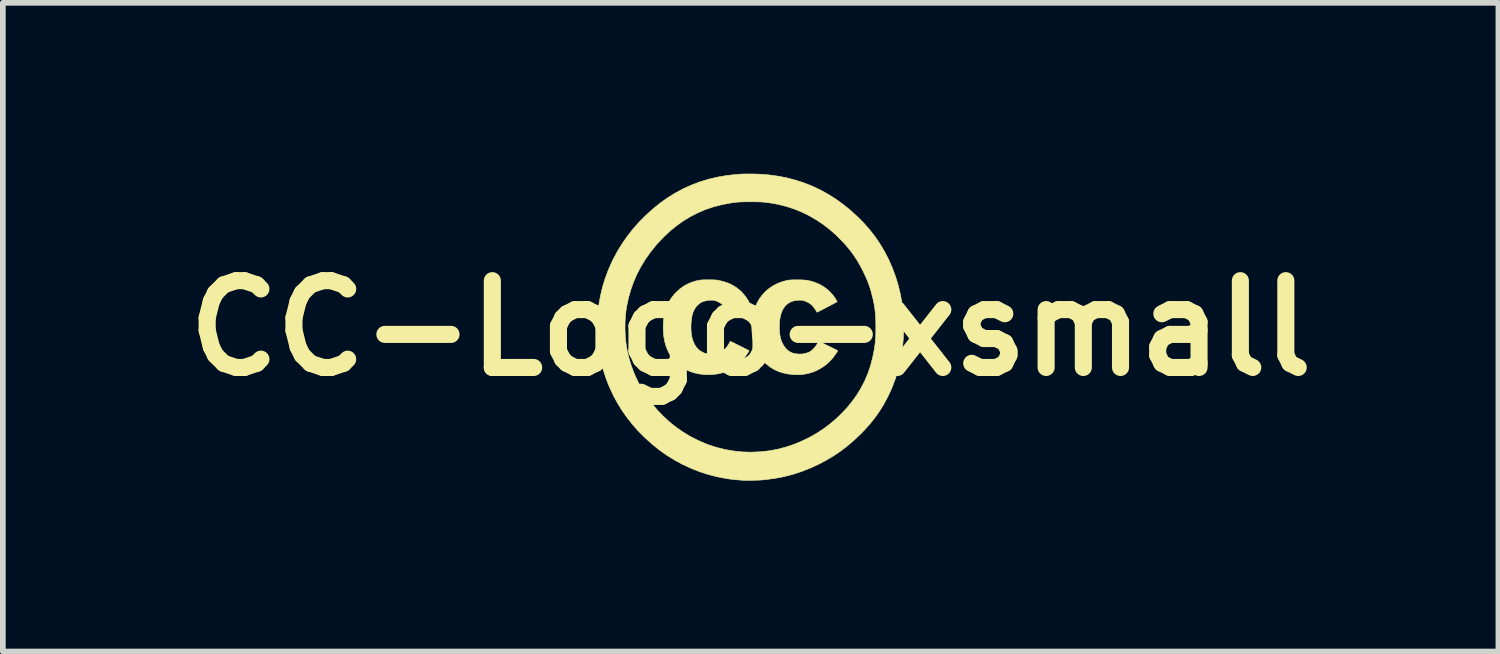
<source format=kicad_pcb>
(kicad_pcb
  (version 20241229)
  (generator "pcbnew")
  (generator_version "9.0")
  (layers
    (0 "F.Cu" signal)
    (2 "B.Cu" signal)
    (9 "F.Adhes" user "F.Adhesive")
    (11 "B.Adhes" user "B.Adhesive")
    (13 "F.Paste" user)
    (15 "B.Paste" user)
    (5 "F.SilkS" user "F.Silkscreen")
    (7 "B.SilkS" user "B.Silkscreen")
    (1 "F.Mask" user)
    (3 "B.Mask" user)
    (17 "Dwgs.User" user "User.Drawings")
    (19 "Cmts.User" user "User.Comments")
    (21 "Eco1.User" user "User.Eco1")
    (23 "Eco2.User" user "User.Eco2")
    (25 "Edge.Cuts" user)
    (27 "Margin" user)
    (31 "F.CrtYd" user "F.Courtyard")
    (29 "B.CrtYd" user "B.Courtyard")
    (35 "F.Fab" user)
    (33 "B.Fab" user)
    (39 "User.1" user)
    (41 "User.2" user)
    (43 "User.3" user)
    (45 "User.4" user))
  (footprint "CC-Logo-xsmall"
    (layer "F.Cu")
    (at 10.131 2.713)
    (property "Reference" "CC-Logo-xsmall" (at 0 0 0) (layer "F.SilkS") (effects (font (size 1.524 1.524) (thickness 0.3))))
    (attr through_hole)
    (fp_poly (pts (xy -0.698 -0.849) (xy -0.664 -0.849) (xy -0.637 -0.848) (xy -0.615 -0.847) (xy -0.595 -0.845) (xy -0.576 -0.842) (xy -0.556 -0.838) (xy -0.551 -0.837) (xy -0.461 -0.814) (xy -0.378 -0.785) (xy -0.303 -0.747) (xy -0.235 -0.702) (xy -0.172 -0.649) (xy -0.161 -0.638) (xy -0.128 -0.602) (xy -0.096 -0.563) (xy -0.068 -0.524) (xy -0.048 -0.494) (xy -0.032 -0.466) (xy -0.076 -0.443) (xy -0.105 -0.427) (xy -0.137 -0.41) (xy -0.172 -0.392) (xy -0.208 -0.373) (xy -0.244 -0.354) (xy -0.279 -0.336) (xy -0.311 -0.32) (xy -0.34 -0.305) (xy -0.363 -0.294) (xy -0.38 -0.285) (xy -0.39 -0.281) (xy -0.391 -0.28) (xy -0.397 -0.285) (xy -0.399 -0.291) (xy -0.407 -0.306) (xy -0.419 -0.327) (xy -0.436 -0.35) (xy -0.454 -0.374) (xy -0.473 -0.395) (xy -0.486 -0.409) (xy -0.518 -0.433) (xy -0.556 -0.456) (xy -0.596 -0.475) (xy -0.634 -0.487) (xy -0.634 -0.487) (xy -0.671 -0.492) (xy -0.713 -0.492) (xy -0.757 -0.487) (xy -0.801 -0.478) (xy -0.841 -0.466) (xy -0.875 -0.45) (xy -0.883 -0.445) (xy -0.925 -0.412) (xy -0.961 -0.373) (xy -0.99 -0.327) (xy -1.013 -0.274) (xy -1.03 -0.214) (xy -1.041 -0.146) (xy -1.047 -0.069) (xy -1.048 -0.023) (xy -1.046 0.045) (xy -1.041 0.105) (xy -1.031 0.159) (xy -1.017 0.209) (xy -0.998 0.257) (xy -0.983 0.288) (xy -0.951 0.337) (xy -0.913 0.377) (xy -0.868 0.41) (xy -0.816 0.436) (xy -0.81 0.438) (xy -0.781 0.446) (xy -0.745 0.451) (xy -0.706 0.454) (xy -0.666 0.455) (xy -0.628 0.452) (xy -0.601 0.447) (xy -0.546 0.429) (xy -0.495 0.402) (xy -0.45 0.365) (xy -0.411 0.321) (xy -0.385 0.28) (xy -0.374 0.261) (xy -0.365 0.245) (xy -0.36 0.234) (xy -0.359 0.232) (xy -0.354 0.233) (xy -0.34 0.239) (xy -0.32 0.248) (xy -0.293 0.261) (xy -0.262 0.277) (xy -0.226 0.294) (xy -0.192 0.311) (xy -0.026 0.395) (xy -0.045 0.426) (xy -0.097 0.502) (xy -0.156 0.571) (xy -0.222 0.633) (xy -0.293 0.687) (xy -0.352 0.722) (xy -0.43 0.759) (xy -0.511 0.787) (xy -0.596 0.805) (xy -0.685 0.815) (xy -0.78 0.816) (xy -0.804 0.815) (xy -0.898 0.804) (xy -0.987 0.785) (xy -1.07 0.757) (xy -1.148 0.721) (xy -1.22 0.676) (xy -1.286 0.623) (xy -1.345 0.563) (xy -1.397 0.495) (xy -1.442 0.42) (xy -1.447 0.409) (xy -1.481 0.33) (xy -1.506 0.244) (xy -1.524 0.151) (xy -1.533 0.052) (xy -1.535 -0.016) (xy -1.531 -0.117) (xy -1.519 -0.212) (xy -1.5 -0.3) (xy -1.472 -0.382) (xy -1.436 -0.459) (xy -1.392 -0.53) (xy -1.339 -0.597) (xy -1.305 -0.633) (xy -1.243 -0.689) (xy -1.179 -0.736) (xy -1.111 -0.774) (xy -1.038 -0.805) (xy -0.958 -0.83) (xy -0.926 -0.837) (xy -0.907 -0.841) (xy -0.89 -0.844) (xy -0.872 -0.846) (xy -0.851 -0.848) (xy -0.827 -0.849) (xy -0.796 -0.849) (xy -0.757 -0.849) (xy -0.741 -0.849) (xy -0.698 -0.849)) (stroke (width 0.01) (type solid)) (fill yes) (layer "F.SilkS"))
    (fp_poly (pts (xy 0.873 -0.849) (xy 0.92 -0.847) (xy 0.962 -0.844) (xy 1 -0.839) (xy 1.036 -0.831) (xy 1.074 -0.822) (xy 1.108 -0.811) (xy 1.187 -0.781) (xy 1.262 -0.741) (xy 1.331 -0.693) (xy 1.394 -0.637) (xy 1.45 -0.573) (xy 1.467 -0.55) (xy 1.482 -0.528) (xy 1.495 -0.507) (xy 1.506 -0.489) (xy 1.514 -0.474) (xy 1.518 -0.465) (xy 1.518 -0.464) (xy 1.513 -0.461) (xy 1.499 -0.454) (xy 1.479 -0.443) (xy 1.453 -0.429) (xy 1.424 -0.414) (xy 1.391 -0.396) (xy 1.356 -0.378) (xy 1.321 -0.36) (xy 1.287 -0.342) (xy 1.254 -0.325) (xy 1.225 -0.31) (xy 1.201 -0.297) (xy 1.183 -0.288) (xy 1.171 -0.282) (xy 1.168 -0.28) (xy 1.164 -0.285) (xy 1.157 -0.296) (xy 1.146 -0.313) (xy 1.139 -0.325) (xy 1.105 -0.372) (xy 1.069 -0.411) (xy 1.027 -0.442) (xy 0.997 -0.458) (xy 0.964 -0.473) (xy 0.936 -0.483) (xy 0.909 -0.489) (xy 0.88 -0.492) (xy 0.854 -0.492) (xy 0.791 -0.488) (xy 0.734 -0.474) (xy 0.684 -0.452) (xy 0.639 -0.422) (xy 0.601 -0.383) (xy 0.569 -0.337) (xy 0.543 -0.282) (xy 0.524 -0.219) (xy 0.511 -0.148) (xy 0.504 -0.069) (xy 0.504 0.013) (xy 0.508 0.076) (xy 0.516 0.131) (xy 0.526 0.181) (xy 0.541 0.227) (xy 0.542 0.23) (xy 0.564 0.277) (xy 0.591 0.322) (xy 0.623 0.361) (xy 0.658 0.394) (xy 0.694 0.418) (xy 0.741 0.438) (xy 0.794 0.45) (xy 0.85 0.455) (xy 0.906 0.453) (xy 0.961 0.444) (xy 1.012 0.427) (xy 1.034 0.417) (xy 1.067 0.396) (xy 1.1 0.366) (xy 1.131 0.332) (xy 1.158 0.295) (xy 1.169 0.275) (xy 1.179 0.256) (xy 1.187 0.24) (xy 1.192 0.23) (xy 1.193 0.229) (xy 1.198 0.231) (xy 1.211 0.237) (xy 1.231 0.246) (xy 1.256 0.258) (xy 1.286 0.273) (xy 1.318 0.289) (xy 1.352 0.306) (xy 1.387 0.323) (xy 1.42 0.339) (xy 1.451 0.355) (xy 1.479 0.369) (xy 1.502 0.38) (xy 1.518 0.389) (xy 1.527 0.394) (xy 1.529 0.395) (xy 1.527 0.4) (xy 1.52 0.412) (xy 1.509 0.429) (xy 1.495 0.45) (xy 1.479 0.472) (xy 1.462 0.495) (xy 1.446 0.517) (xy 1.431 0.535) (xy 1.425 0.542) (xy 1.366 0.603) (xy 1.301 0.658) (xy 1.23 0.705) (xy 1.155 0.745) (xy 1.077 0.776) (xy 0.998 0.798) (xy 0.919 0.811) (xy 0.902 0.812) (xy 0.879 0.814) (xy 0.857 0.816) (xy 0.84 0.817) (xy 0.839 0.817) (xy 0.825 0.817) (xy 0.804 0.817) (xy 0.778 0.816) (xy 0.754 0.815) (xy 0.659 0.804) (xy 0.57 0.786) (xy 0.487 0.759) (xy 0.41 0.723) (xy 0.338 0.678) (xy 0.271 0.625) (xy 0.24 0.596) (xy 0.185 0.533) (xy 0.138 0.462) (xy 0.098 0.385) (xy 0.067 0.302) (xy 0.044 0.211) (xy 0.028 0.114) (xy 0.027 0.098) (xy 0.021 0.005) (xy 0.024 -0.088) (xy 0.033 -0.179) (xy 0.049 -0.265) (xy 0.072 -0.345) (xy 0.072 -0.346) (xy 0.107 -0.43) (xy 0.149 -0.507) (xy 0.2 -0.577) (xy 0.258 -0.641) (xy 0.323 -0.697) (xy 0.395 -0.745) (xy 0.473 -0.786) (xy 0.557 -0.817) (xy 0.643 -0.84) (xy 0.662 -0.843) (xy 0.681 -0.845) (xy 0.704 -0.847) (xy 0.731 -0.848) (xy 0.765 -0.849) (xy 0.807 -0.849) (xy 0.818 -0.849) (xy 0.873 -0.849)) (stroke (width 0.01) (type solid)) (fill yes) (layer "F.SilkS"))
    (fp_poly (pts (xy 0.036 -2.708) (xy 0.1 -2.706) (xy 0.161 -2.704) (xy 0.218 -2.701) (xy 0.268 -2.698) (xy 0.285 -2.696) (xy 0.454 -2.674) (xy 0.618 -2.644) (xy 0.777 -2.603) (xy 0.931 -2.554) (xy 1.08 -2.495) (xy 1.225 -2.427) (xy 1.366 -2.349) (xy 1.504 -2.261) (xy 1.637 -2.164) (xy 1.768 -2.057) (xy 1.895 -1.939) (xy 1.969 -1.865) (xy 2.075 -1.747) (xy 2.174 -1.622) (xy 2.265 -1.49) (xy 2.347 -1.353) (xy 2.422 -1.21) (xy 2.487 -1.061) (xy 2.544 -0.909) (xy 2.592 -0.752) (xy 2.63 -0.592) (xy 2.659 -0.429) (xy 2.667 -0.376) (xy 2.68 -0.238) (xy 2.687 -0.095) (xy 2.687 0.05) (xy 2.68 0.195) (xy 2.667 0.338) (xy 2.656 0.423) (xy 2.626 0.584) (xy 2.587 0.743) (xy 2.538 0.898) (xy 2.48 1.05) (xy 2.412 1.197) (xy 2.405 1.211) (xy 2.338 1.336) (xy 2.265 1.454) (xy 2.186 1.567) (xy 2.099 1.676) (xy 2.003 1.784) (xy 1.934 1.855) (xy 1.819 1.964) (xy 1.702 2.064) (xy 1.583 2.156) (xy 1.459 2.24) (xy 1.329 2.317) (xy 1.214 2.379) (xy 1.06 2.451) (xy 0.904 2.513) (xy 0.745 2.565) (xy 0.584 2.607) (xy 0.42 2.638) (xy 0.252 2.66) (xy 0.172 2.667) (xy 0.147 2.668) (xy 0.114 2.669) (xy 0.075 2.67) (xy 0.034 2.671) (xy -0.009 2.671) (xy -0.051 2.671) (xy -0.09 2.671) (xy -0.123 2.67) (xy -0.15 2.67) (xy -0.161 2.669) (xy -0.212 2.665) (xy -0.254 2.661) (xy -0.29 2.658) (xy -0.321 2.654) (xy -0.35 2.651) (xy -0.38 2.647) (xy -0.407 2.643) (xy -0.57 2.613) (xy -0.731 2.573) (xy -0.888 2.523) (xy -1.041 2.463) (xy -1.191 2.394) (xy -1.336 2.315) (xy -1.477 2.228) (xy -1.613 2.131) (xy -1.743 2.025) (xy -1.868 1.911) (xy -1.981 1.797) (xy -2.082 1.681) (xy -2.174 1.564) (xy -2.258 1.445) (xy -2.335 1.32) (xy -2.406 1.19) (xy -2.416 1.169) (xy -2.484 1.023) (xy -2.542 0.875) (xy -2.59 0.725) (xy -2.63 0.57) (xy -2.66 0.412) (xy -2.681 0.249) (xy -2.689 0.156) (xy -2.691 0.12) (xy -2.692 0.075) (xy -2.692 0.026) (xy -2.692 0.007) (xy -2.206 0.007) (xy -2.202 0.124) (xy -2.192 0.238) (xy -2.177 0.346) (xy -2.169 0.386) (xy -2.135 0.532) (xy -2.091 0.675) (xy -2.037 0.814) (xy -1.974 0.949) (xy -1.903 1.079) (xy -1.823 1.204) (xy -1.735 1.323) (xy -1.64 1.436) (xy -1.537 1.543) (xy -1.428 1.644) (xy -1.312 1.737) (xy -1.19 1.822) (xy -1.062 1.9) (xy -0.929 1.968) (xy -0.791 2.028) (xy -0.735 2.05) (xy -0.593 2.095) (xy -0.449 2.131) (xy -0.302 2.156) (xy -0.152 2.172) (xy -0.000057 2.177) (xy 0.154 2.171) (xy 0.183 2.169) (xy 0.328 2.153) (xy 0.472 2.126) (xy 0.614 2.089) (xy 0.754 2.043) (xy 0.89 1.987) (xy 1.024 1.923) (xy 1.153 1.85) (xy 1.277 1.769) (xy 1.396 1.68) (xy 1.509 1.584) (xy 1.616 1.481) (xy 1.715 1.371) (xy 1.807 1.254) (xy 1.867 1.169) (xy 1.94 1.049) (xy 2.004 0.924) (xy 2.06 0.793) (xy 2.106 0.657) (xy 2.143 0.516) (xy 2.169 0.384) (xy 2.177 0.335) (xy 2.183 0.292) (xy 2.188 0.253) (xy 2.192 0.216) (xy 2.195 0.177) (xy 2.197 0.137) (xy 2.198 0.091) (xy 2.198 0.039) (xy 2.199 -0.019) (xy 2.198 -0.099) (xy 2.196 -0.172) (xy 2.192 -0.238) (xy 2.186 -0.301) (xy 2.178 -0.362) (xy 2.168 -0.423) (xy 2.155 -0.487) (xy 2.139 -0.555) (xy 2.137 -0.561) (xy 2.118 -0.635) (xy 2.098 -0.704) (xy 2.075 -0.769) (xy 2.051 -0.834) (xy 2.022 -0.901) (xy 1.988 -0.973) (xy 1.974 -1.003) (xy 1.919 -1.107) (xy 1.863 -1.203) (xy 1.802 -1.294) (xy 1.736 -1.382) (xy 1.662 -1.47) (xy 1.62 -1.515) (xy 1.512 -1.625) (xy 1.399 -1.726) (xy 1.28 -1.818) (xy 1.157 -1.901) (xy 1.029 -1.975) (xy 0.897 -2.04) (xy 0.761 -2.095) (xy 0.622 -2.14) (xy 0.48 -2.175) (xy 0.4 -2.19) (xy 0.352 -2.198) (xy 0.31 -2.204) (xy 0.272 -2.209) (xy 0.234 -2.213) (xy 0.195 -2.216) (xy 0.154 -2.218) (xy 0.107 -2.219) (xy 0.054 -2.22) (xy 0.003 -2.22) (xy -0.054 -2.22) (xy -0.102 -2.219) (xy -0.143 -2.218) (xy -0.18 -2.217) (xy -0.214 -2.215) (xy -0.246 -2.212) (xy -0.28 -2.208) (xy -0.317 -2.203) (xy -0.359 -2.197) (xy -0.368 -2.195) (xy -0.515 -2.167) (xy -0.657 -2.13) (xy -0.795 -2.083) (xy -0.928 -2.026) (xy -1.057 -1.96) (xy -1.181 -1.885) (xy -1.302 -1.799) (xy -1.418 -1.704) (xy -1.53 -1.599) (xy -1.638 -1.485) (xy -1.66 -1.459) (xy -1.758 -1.338) (xy -1.847 -1.212) (xy -1.927 -1.081) (xy -1.997 -0.947) (xy -2.057 -0.809) (xy -2.107 -0.667) (xy -2.148 -0.522) (xy -2.178 -0.375) (xy -2.185 -0.333) (xy -2.198 -0.224) (xy -2.205 -0.11) (xy -2.206 0.007) (xy -2.692 0.007) (xy -2.692 -0.027) (xy -2.692 -0.081) (xy -2.69 -0.134) (xy -2.689 -0.184) (xy -2.687 -0.228) (xy -2.684 -0.264) (xy -2.683 -0.273) (xy -2.662 -0.431) (xy -2.634 -0.583) (xy -2.598 -0.731) (xy -2.554 -0.874) (xy -2.501 -1.016) (xy -2.439 -1.157) (xy -2.419 -1.199) (xy -2.343 -1.342) (xy -2.259 -1.48) (xy -2.167 -1.612) (xy -2.067 -1.74) (xy -1.957 -1.864) (xy -1.848 -1.974) (xy -1.722 -2.089) (xy -1.594 -2.193) (xy -1.461 -2.288) (xy -1.324 -2.373) (xy -1.184 -2.448) (xy -1.039 -2.514) (xy -0.89 -2.57) (xy -0.736 -2.617) (xy -0.578 -2.654) (xy -0.414 -2.682) (xy -0.245 -2.7) (xy -0.191 -2.704) (xy -0.143 -2.707) (xy -0.088 -2.708) (xy -0.028 -2.708) (xy 0.036 -2.708)) (stroke (width 0.01) (type solid)) (fill yes) (layer "F.SilkS")))
  (gr_rect
    (start -3 -3)
    (end 23.262 8.39)
    (stroke (width 0.1) (type default))
    (fill no)
    (layer "Edge.Cuts")))
</source>
